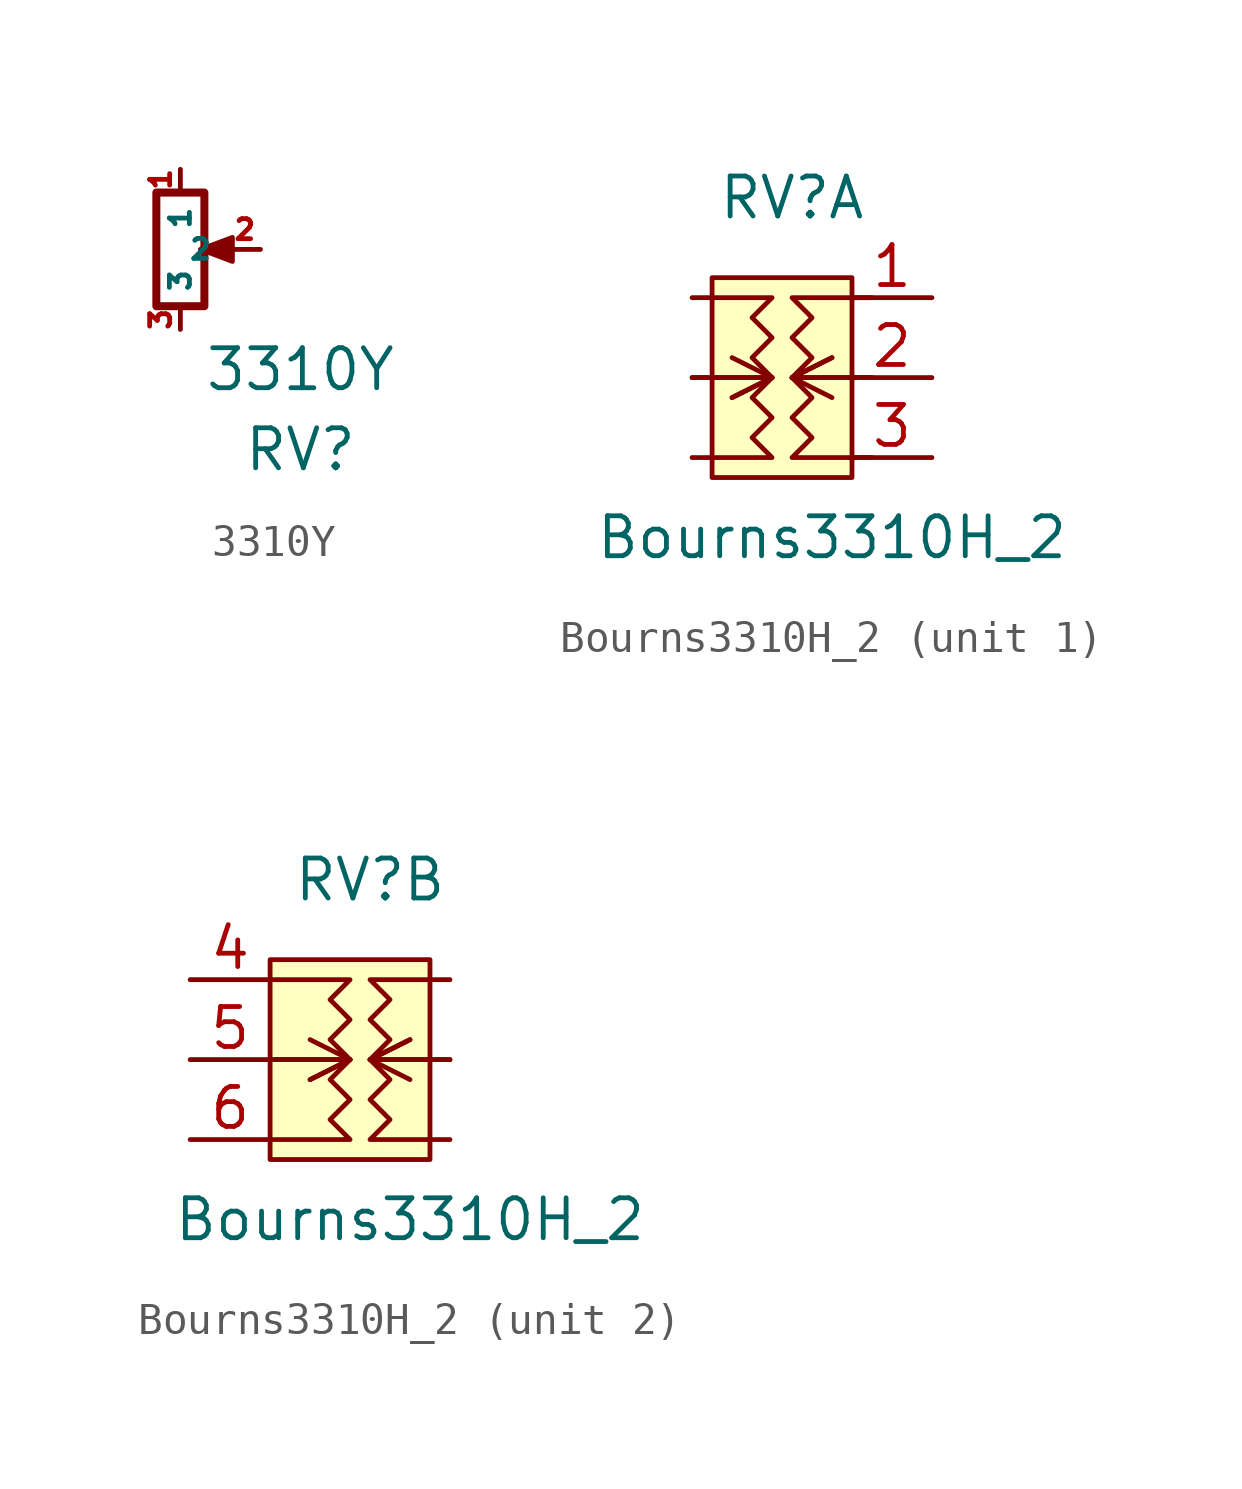
<source format=kicad_sym>
(kicad_symbol_lib
  (version 20211014)
  (generator kicad_symbol_editor)
  (symbol "3310Y"
    (property "Reference" "RV"
      (at 3.81 -6.35 0)
      (effects (font (size 1.27 1.27))))
    (property "Value" "3310Y"
      (at 3.81 -3.81 0)
      (effects (font (size 1.27 1.27))))
    (symbol "3310Y_0_1"
      (polyline (pts (xy 0.889 0) (xy 0.635 0) (xy 1.651 0.381) (xy 1.651 -0.381) (xy 0.635 0) (xy 0.889 0)) (stroke (width 0) (type default) (color 0 0 0 0)) (fill (type outline)))
      (rectangle (start 0.762 1.803) (end -0.762 -1.803) (stroke (width 0.254) (type default) (color 0 0 0 0)) (fill (type none))))
    (symbol "3310Y_1_1"
      (pin passive line (at 0 2.54 270) (length 0.635) (name "1" (effects (font (size 0.635 0.635)))) (number "1" (effects (font (size 0.635 0.635)))))
      (pin passive line (at 2.54 0 180) (length 0.991) (name "2" (effects (font (size 0.635 0.635)))) (number "2" (effects (font (size 0.635 0.635)))))
      (pin passive line (at 0 -2.54 90) (length 0.635) (name "3" (effects (font (size 0.635 0.635)))) (number "3" (effects (font (size 0.635 0.635)))))))
  (symbol "Bourns3310H_2"
    (pin_names hide)
    (property "Reference" "RV"
      (at -1.905 3.175 0)
      (effects (font (size 1.27 1.27))))
    (property "Value" "Bourns3310H_2"
      (at -0.635 -7.62 0)
      (effects (font (size 1.27 1.27))))
    (property "ki_locked" ""
      (at 0 0 0)
      (effects (font (size 1.27 1.27))))
    (symbol "Bourns3310H_2_0_1"
      (polyline (pts (xy -2.54 -2.54) (xy -3.81 -1.905)) (stroke (width 0) (type default) (color 0 0 0 0)) (fill (type none)))
      (polyline (pts (xy -1.905 -2.54) (xy -0.635 -3.175)) (stroke (width 0) (type default) (color 0 0 0 0)) (fill (type none)))
      (polyline (pts (xy -5.08 -2.54) (xy -2.54 -2.54) (xy -3.81 -3.175)) (stroke (width 0) (type default) (color 0 0 0 0)) (fill (type none)))
      (polyline (pts (xy -5.08 -2.54) (xy -2.54 -2.54) (xy -3.81 -3.175)) (stroke (width 0) (type default) (color 0 0 0 0)) (fill (type none)))
      (polyline (pts (xy 0.635 -2.54) (xy -1.905 -2.54) (xy -0.635 -1.905)) (stroke (width 0) (type default) (color 0 0 0 0)) (fill (type none)))
      (polyline (pts (xy 0.635 -2.54) (xy -1.905 -2.54) (xy -0.635 -1.905)) (stroke (width 0) (type default) (color 0 0 0 0)) (fill (type none)))
      (polyline (pts (xy -5.08 -5.08) (xy -2.54 -5.08) (xy -3.175 -4.445) (xy -2.54 -3.81) (xy -3.175 -3.175) (xy -2.54 -2.54) (xy -3.175 -1.905) (xy -2.54 -1.27) (xy -3.175 -0.635) (xy -2.54 0) (xy -5.08 0)) (stroke (width 0) (type default) (color 0 0 0 0)) (fill (type none)))
      (polyline (pts (xy 0.635 0) (xy -1.905 0) (xy -1.27 -0.635) (xy -1.905 -1.27) (xy -1.27 -1.905) (xy -1.905 -2.54) (xy -1.27 -3.175) (xy -1.905 -3.81) (xy -1.27 -4.445) (xy -1.905 -5.08) (xy 0.635 -5.08)) (stroke (width 0) (type default) (color 0 0 0 0)) (fill (type none))))
    (symbol "Bourns3310H_2_1_1"
      (rectangle (start 0 0.635) (end -4.445 -5.715) (stroke (width 0) (type default) (color 0 0 0 0)) (fill (type background)))
      (pin passive line (at 0 0 0) (length 2.54) (name "A" (effects (font (size 1.27 1.27)))) (number "1" (effects (font (size 1.27 1.27)))))
      (pin passive line (at 0 -2.54 0) (length 2.54) (name "B" (effects (font (size 1.27 1.27)))) (number "2" (effects (font (size 1.27 1.27)))))
      (pin passive line (at 0 -5.08 0) (length 2.54) (name "C" (effects (font (size 1.27 1.27)))) (number "3" (effects (font (size 1.27 1.27))))))
    (symbol "Bourns3310H_2_2_1"
      (rectangle (start -5.08 0.635) (end 0 -5.715) (stroke (width 0) (type default) (color 0 0 0 0)) (fill (type background)))
      (pin passive line (at -5.08 0 180) (length 2.54) (name "D" (effects (font (size 1.27 1.27)))) (number "4" (effects (font (size 1.27 1.27)))))
      (pin passive line (at -5.08 -2.54 180) (length 2.54) (name "E" (effects (font (size 1.27 1.27)))) (number "5" (effects (font (size 1.27 1.27)))))
      (pin passive line (at -5.08 -5.08 180) (length 2.54) (name "F" (effects (font (size 1.27 1.27)))) (number "6" (effects (font (size 1.27 1.27))))))))
</source>
